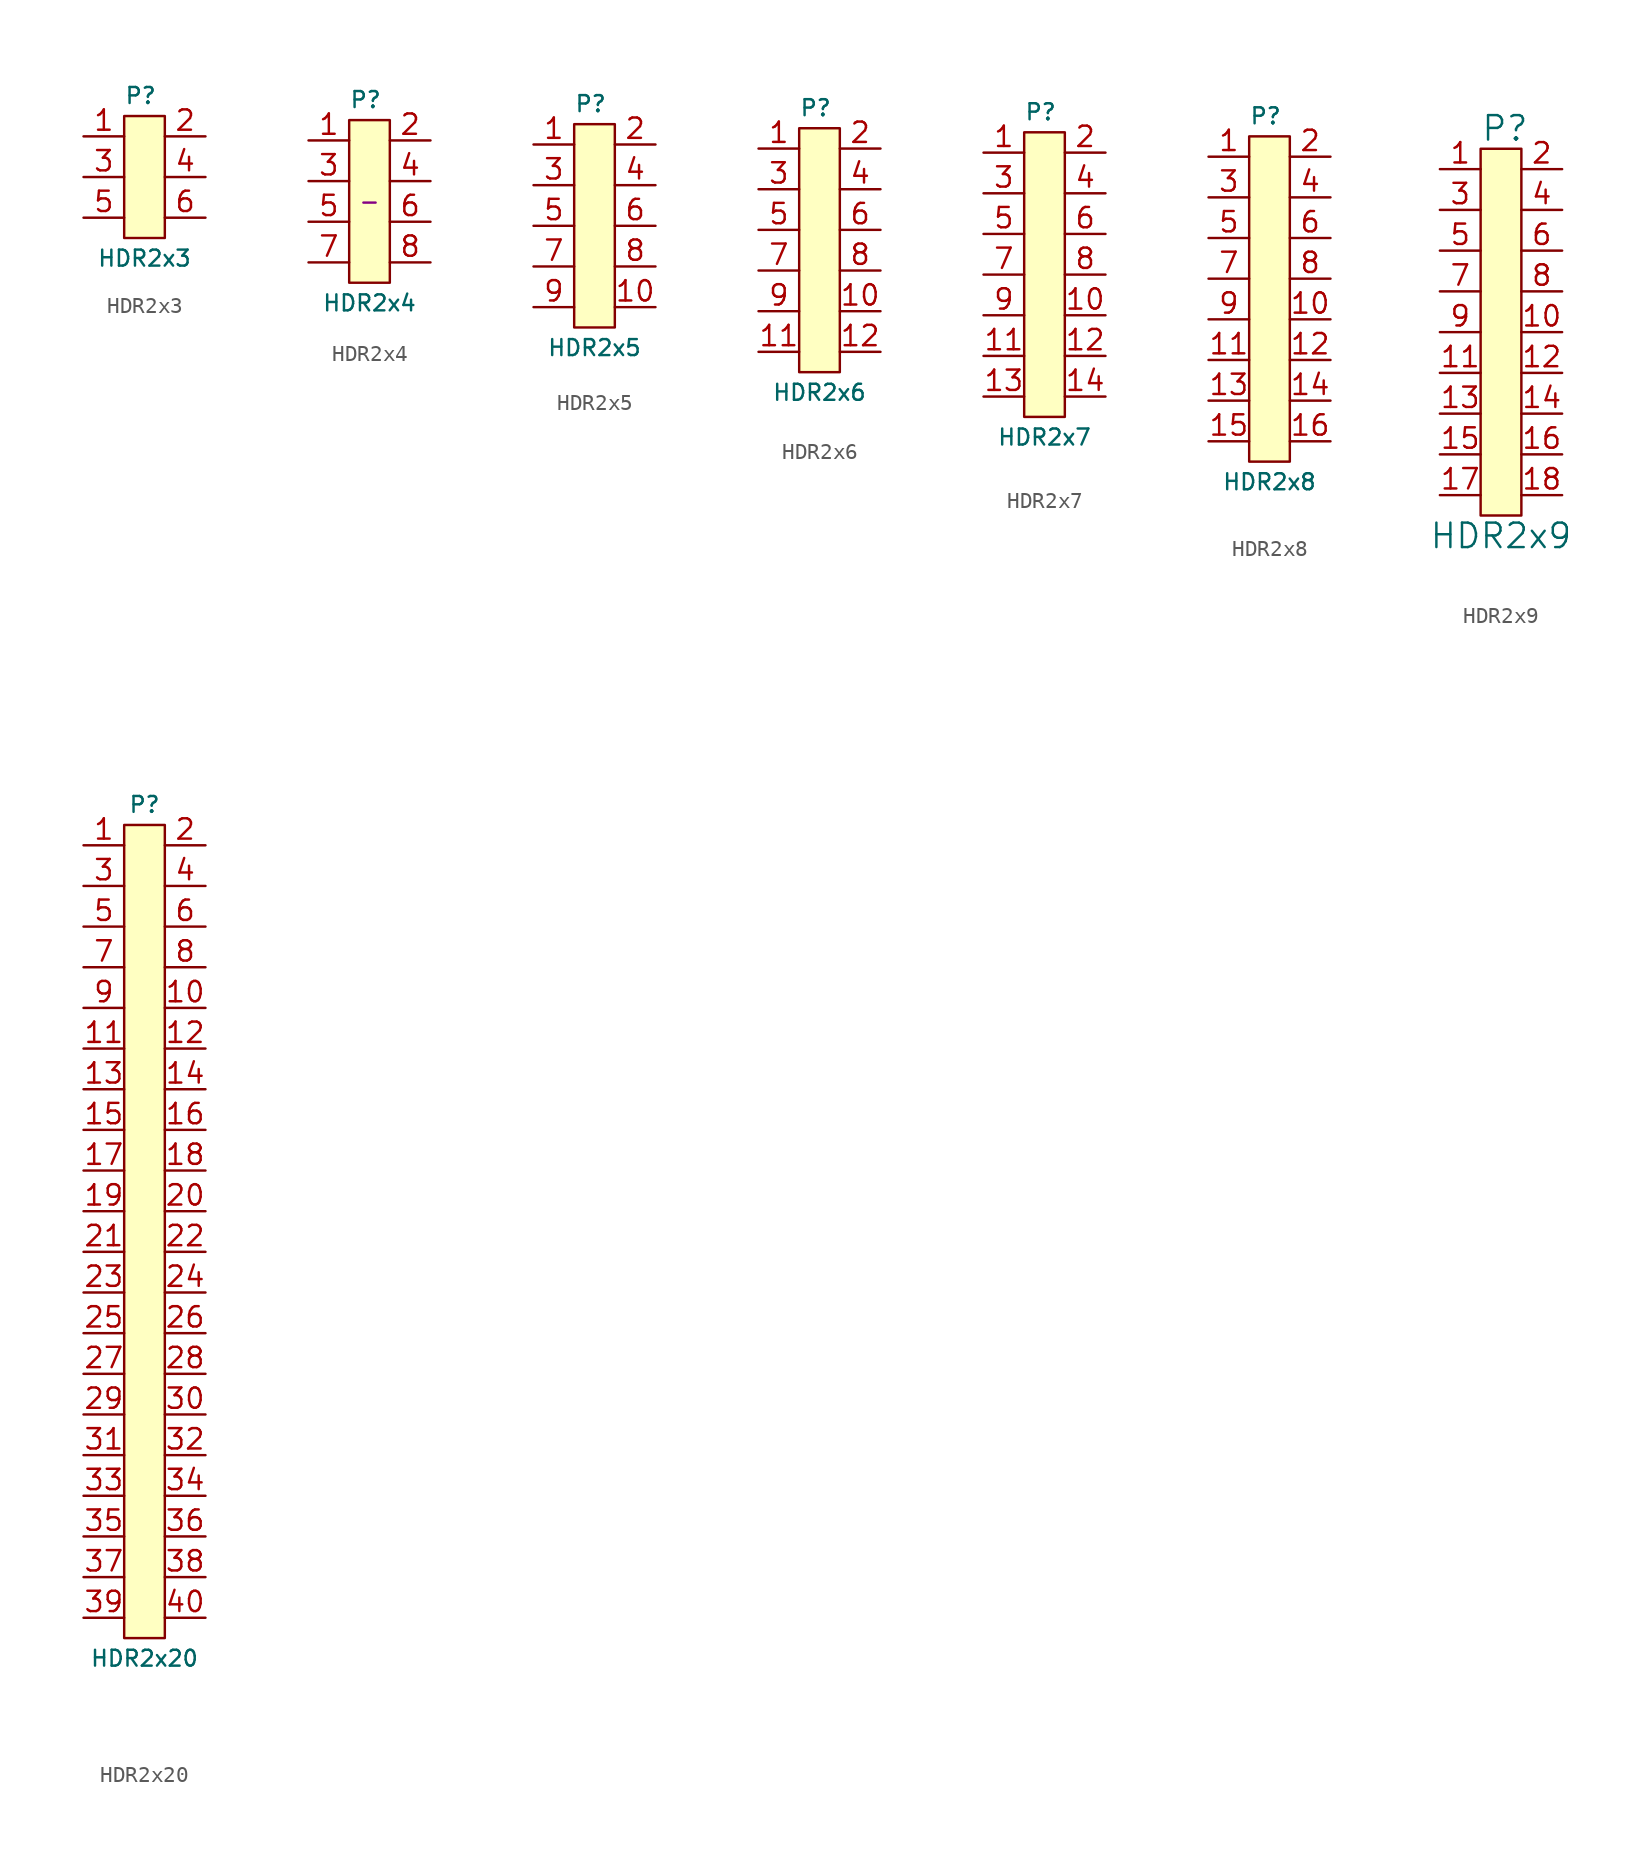
<source format=kicad_sym>
(kicad_symbol_lib
  (version 20231120)
  (generator "kicad_symbol_editor")
  (generator_version "8.0")
  (symbol "HDR2x3"
    (property "Reference" "P"
      (at -1.27 5.08 0)
      (effects (font (size 1 1)) (justify left)))
    (property "Value" "HDR2x3"
      (at 0 -5.08 0)
      (effects (font (size 1 1))))
    (symbol "HDR2x3_0_1"
      (rectangle (start -1.27 3.81) (end 1.27 -3.81) (stroke (width 0) (type default)) (fill (type background))))
    (symbol "HDR2x3_1_1"
      (pin passive line (at -3.81 2.54 0) (length 2.54) (name "~" (effects (font (size 1.27 1.27)))) (number "1" (effects (font (size 1.27 1.27)))))
      (pin passive line (at 3.81 2.54 180) (length 2.54) (name "~" (effects (font (size 1.27 1.27)))) (number "2" (effects (font (size 1.27 1.27)))))
      (pin passive line (at -3.81 0 0) (length 2.54) (name "~" (effects (font (size 1.27 1.27)))) (number "3" (effects (font (size 1.27 1.27)))))
      (pin passive line (at 3.81 0 180) (length 2.54) (name "~" (effects (font (size 1.27 1.27)))) (number "4" (effects (font (size 1.27 1.27)))))
      (pin passive line (at -3.81 -2.54 0) (length 2.54) (name "~" (effects (font (size 1.27 1.27)))) (number "5" (effects (font (size 1.27 1.27)))))
      (pin passive line (at 3.81 -2.54 180) (length 2.54) (name "~" (effects (font (size 1.27 1.27)))) (number "6" (effects (font (size 1.27 1.27)))))))
  (symbol "HDR2x4"
    (property "Reference" "P"
      (at -1.27 6.35 0)
      (effects (font (size 1 1)) (justify left)))
    (property "Value" "HDR2x4"
      (at 0 -6.35 0)
      (effects (font (size 1 1))))
    (property "MPN" "-"
      (at 0 0 0)
      (effects (font (size 1 1))))
    (symbol "HDR2x4_0_1"
      (rectangle (start -1.27 5.08) (end 1.27 -5.08) (stroke (width 0) (type default)) (fill (type background))))
    (symbol "HDR2x4_1_1"
      (pin unspecified line (at -3.81 3.81 0) (length 2.54) (name "~" (effects (font (size 1.27 1.27)))) (number "1" (effects (font (size 1.27 1.27)))))
      (pin unspecified line (at 3.81 3.81 180) (length 2.54) (name "~" (effects (font (size 1.27 1.27)))) (number "2" (effects (font (size 1.27 1.27)))))
      (pin unspecified line (at -3.81 1.27 0) (length 2.54) (name "~" (effects (font (size 1.27 1.27)))) (number "3" (effects (font (size 1.27 1.27)))))
      (pin unspecified line (at 3.81 1.27 180) (length 2.54) (name "~" (effects (font (size 1.27 1.27)))) (number "4" (effects (font (size 1.27 1.27)))))
      (pin unspecified line (at -3.81 -1.27 0) (length 2.54) (name "~" (effects (font (size 1.27 1.27)))) (number "5" (effects (font (size 1.27 1.27)))))
      (pin unspecified line (at 3.81 -1.27 180) (length 2.54) (name "~" (effects (font (size 1.27 1.27)))) (number "6" (effects (font (size 1.27 1.27)))))
      (pin unspecified line (at -3.81 -3.81 0) (length 2.54) (name "~" (effects (font (size 1.27 1.27)))) (number "7" (effects (font (size 1.27 1.27)))))
      (pin unspecified line (at 3.81 -3.81 180) (length 2.54) (name "~" (effects (font (size 1.27 1.27)))) (number "8" (effects (font (size 1.27 1.27)))))))
  (symbol "HDR2x5"
    (property "Reference" "P"
      (at -1.27 7.62 0)
      (effects (font (size 1 1)) (justify left)))
    (property "Value" "HDR2x5"
      (at 0 -7.62 0)
      (effects (font (size 1 1))))
    (symbol "HDR2x5_0_1"
      (rectangle (start -1.27 6.35) (end 1.27 -6.35) (stroke (width 0) (type default)) (fill (type background))))
    (symbol "HDR2x5_1_1"
      (pin unspecified line (at -3.81 5.08 0) (length 2.54) (name "~" (effects (font (size 1.27 1.27)))) (number "1" (effects (font (size 1.27 1.27)))))
      (pin unspecified line (at 3.81 -5.08 180) (length 2.54) (name "~" (effects (font (size 1.27 1.27)))) (number "10" (effects (font (size 1.27 1.27)))))
      (pin unspecified line (at 3.81 5.08 180) (length 2.54) (name "~" (effects (font (size 1.27 1.27)))) (number "2" (effects (font (size 1.27 1.27)))))
      (pin unspecified line (at -3.81 2.54 0) (length 2.54) (name "~" (effects (font (size 1.27 1.27)))) (number "3" (effects (font (size 1.27 1.27)))))
      (pin unspecified line (at 3.81 2.54 180) (length 2.54) (name "~" (effects (font (size 1.27 1.27)))) (number "4" (effects (font (size 1.27 1.27)))))
      (pin unspecified line (at -3.81 0 0) (length 2.54) (name "~" (effects (font (size 1.27 1.27)))) (number "5" (effects (font (size 1.27 1.27)))))
      (pin unspecified line (at 3.81 0 180) (length 2.54) (name "~" (effects (font (size 1.27 1.27)))) (number "6" (effects (font (size 1.27 1.27)))))
      (pin unspecified line (at -3.81 -2.54 0) (length 2.54) (name "~" (effects (font (size 1.27 1.27)))) (number "7" (effects (font (size 1.27 1.27)))))
      (pin unspecified line (at 3.81 -2.54 180) (length 2.54) (name "~" (effects (font (size 1.27 1.27)))) (number "8" (effects (font (size 1.27 1.27)))))
      (pin unspecified line (at -3.81 -5.08 0) (length 2.54) (name "~" (effects (font (size 1.27 1.27)))) (number "9" (effects (font (size 1.27 1.27)))))))
  (symbol "HDR2x6"
    (property "Reference" "P"
      (at -1.27 8.89 0)
      (effects (font (size 1 1)) (justify left)))
    (property "Value" "HDR2x6"
      (at 0 -8.89 0)
      (effects (font (size 1 1))))
    (symbol "HDR2x6_0_1"
      (rectangle (start -1.27 7.62) (end 1.27 -7.62) (stroke (width 0) (type default)) (fill (type background))))
    (symbol "HDR2x6_1_1"
      (pin unspecified line (at -3.81 6.35 0) (length 2.54) (name "~" (effects (font (size 1.27 1.27)))) (number "1" (effects (font (size 1.27 1.27)))))
      (pin unspecified line (at 3.81 -3.81 180) (length 2.54) (name "~" (effects (font (size 1.27 1.27)))) (number "10" (effects (font (size 1.27 1.27)))))
      (pin unspecified line (at -3.81 -6.35 0) (length 2.54) (name "~" (effects (font (size 1.27 1.27)))) (number "11" (effects (font (size 1.27 1.27)))))
      (pin unspecified line (at 3.81 -6.35 180) (length 2.54) (name "~" (effects (font (size 1.27 1.27)))) (number "12" (effects (font (size 1.27 1.27)))))
      (pin unspecified line (at 3.81 6.35 180) (length 2.54) (name "~" (effects (font (size 1.27 1.27)))) (number "2" (effects (font (size 1.27 1.27)))))
      (pin unspecified line (at -3.81 3.81 0) (length 2.54) (name "~" (effects (font (size 1.27 1.27)))) (number "3" (effects (font (size 1.27 1.27)))))
      (pin unspecified line (at 3.81 3.81 180) (length 2.54) (name "~" (effects (font (size 1.27 1.27)))) (number "4" (effects (font (size 1.27 1.27)))))
      (pin unspecified line (at -3.81 1.27 0) (length 2.54) (name "~" (effects (font (size 1.27 1.27)))) (number "5" (effects (font (size 1.27 1.27)))))
      (pin unspecified line (at 3.81 1.27 180) (length 2.54) (name "~" (effects (font (size 1.27 1.27)))) (number "6" (effects (font (size 1.27 1.27)))))
      (pin unspecified line (at -3.81 -1.27 0) (length 2.54) (name "~" (effects (font (size 1.27 1.27)))) (number "7" (effects (font (size 1.27 1.27)))))
      (pin unspecified line (at 3.81 -1.27 180) (length 2.54) (name "~" (effects (font (size 1.27 1.27)))) (number "8" (effects (font (size 1.27 1.27)))))
      (pin unspecified line (at -3.81 -3.81 0) (length 2.54) (name "~" (effects (font (size 1.27 1.27)))) (number "9" (effects (font (size 1.27 1.27)))))))
  (symbol "HDR2x7"
    (property "Reference" "P"
      (at -1.27 10.16 0)
      (effects (font (size 1 1)) (justify left)))
    (property "Value" "HDR2x7"
      (at 0 -10.16 0)
      (effects (font (size 1 1))))
    (symbol "HDR2x7_0_1"
      (rectangle (start -1.27 8.89) (end 1.27 -8.89) (stroke (width 0) (type default)) (fill (type background))))
    (symbol "HDR2x7_1_1"
      (pin unspecified line (at -3.81 7.62 0) (length 2.54) (name "~" (effects (font (size 1.27 1.27)))) (number "1" (effects (font (size 1.27 1.27)))))
      (pin unspecified line (at 3.81 -2.54 180) (length 2.54) (name "~" (effects (font (size 1.27 1.27)))) (number "10" (effects (font (size 1.27 1.27)))))
      (pin unspecified line (at -3.81 -5.08 0) (length 2.54) (name "~" (effects (font (size 1.27 1.27)))) (number "11" (effects (font (size 1.27 1.27)))))
      (pin unspecified line (at 3.81 -5.08 180) (length 2.54) (name "~" (effects (font (size 1.27 1.27)))) (number "12" (effects (font (size 1.27 1.27)))))
      (pin unspecified line (at -3.81 -7.62 0) (length 2.54) (name "~" (effects (font (size 1.27 1.27)))) (number "13" (effects (font (size 1.27 1.27)))))
      (pin unspecified line (at 3.81 -7.62 180) (length 2.54) (name "~" (effects (font (size 1.27 1.27)))) (number "14" (effects (font (size 1.27 1.27)))))
      (pin unspecified line (at 3.81 7.62 180) (length 2.54) (name "~" (effects (font (size 1.27 1.27)))) (number "2" (effects (font (size 1.27 1.27)))))
      (pin unspecified line (at -3.81 5.08 0) (length 2.54) (name "~" (effects (font (size 1.27 1.27)))) (number "3" (effects (font (size 1.27 1.27)))))
      (pin unspecified line (at 3.81 5.08 180) (length 2.54) (name "~" (effects (font (size 1.27 1.27)))) (number "4" (effects (font (size 1.27 1.27)))))
      (pin unspecified line (at -3.81 2.54 0) (length 2.54) (name "~" (effects (font (size 1.27 1.27)))) (number "5" (effects (font (size 1.27 1.27)))))
      (pin unspecified line (at 3.81 2.54 180) (length 2.54) (name "~" (effects (font (size 1.27 1.27)))) (number "6" (effects (font (size 1.27 1.27)))))
      (pin unspecified line (at -3.81 0 0) (length 2.54) (name "~" (effects (font (size 1.27 1.27)))) (number "7" (effects (font (size 1.27 1.27)))))
      (pin unspecified line (at 3.81 0 180) (length 2.54) (name "~" (effects (font (size 1.27 1.27)))) (number "8" (effects (font (size 1.27 1.27)))))
      (pin unspecified line (at -3.81 -2.54 0) (length 2.54) (name "~" (effects (font (size 1.27 1.27)))) (number "9" (effects (font (size 1.27 1.27)))))))
  (symbol "HDR2x8"
    (property "Reference" "P"
      (at -1.27 11.43 0)
      (effects (font (size 1 1)) (justify left)))
    (property "Value" "HDR2x8"
      (at 0 -11.43 0)
      (effects (font (size 1 1))))
    (symbol "HDR2x8_0_1"
      (rectangle (start -1.27 10.16) (end 1.27 -10.16) (stroke (width 0) (type default)) (fill (type background))))
    (symbol "HDR2x8_1_1"
      (pin passive line (at -3.81 8.89 0) (length 2.54) (name "~" (effects (font (size 1.27 1.27)))) (number "1" (effects (font (size 1.27 1.27)))))
      (pin passive line (at 3.81 -1.27 180) (length 2.54) (name "~" (effects (font (size 1.27 1.27)))) (number "10" (effects (font (size 1.27 1.27)))))
      (pin passive line (at -3.81 -3.81 0) (length 2.54) (name "~" (effects (font (size 1.27 1.27)))) (number "11" (effects (font (size 1.27 1.27)))))
      (pin passive line (at 3.81 -3.81 180) (length 2.54) (name "~" (effects (font (size 1.27 1.27)))) (number "12" (effects (font (size 1.27 1.27)))))
      (pin passive line (at -3.81 -6.35 0) (length 2.54) (name "~" (effects (font (size 1.27 1.27)))) (number "13" (effects (font (size 1.27 1.27)))))
      (pin passive line (at 3.81 -6.35 180) (length 2.54) (name "~" (effects (font (size 1.27 1.27)))) (number "14" (effects (font (size 1.27 1.27)))))
      (pin passive line (at -3.81 -8.89 0) (length 2.54) (name "~" (effects (font (size 1.27 1.27)))) (number "15" (effects (font (size 1.27 1.27)))))
      (pin passive line (at 3.81 -8.89 180) (length 2.54) (name "~" (effects (font (size 1.27 1.27)))) (number "16" (effects (font (size 1.27 1.27)))))
      (pin passive line (at 3.81 8.89 180) (length 2.54) (name "~" (effects (font (size 1.27 1.27)))) (number "2" (effects (font (size 1.27 1.27)))))
      (pin passive line (at -3.81 6.35 0) (length 2.54) (name "~" (effects (font (size 1.27 1.27)))) (number "3" (effects (font (size 1.27 1.27)))))
      (pin passive line (at 3.81 6.35 180) (length 2.54) (name "~" (effects (font (size 1.27 1.27)))) (number "4" (effects (font (size 1.27 1.27)))))
      (pin passive line (at -3.81 3.81 0) (length 2.54) (name "~" (effects (font (size 1.27 1.27)))) (number "5" (effects (font (size 1.27 1.27)))))
      (pin passive line (at 3.81 3.81 180) (length 2.54) (name "~" (effects (font (size 1.27 1.27)))) (number "6" (effects (font (size 1.27 1.27)))))
      (pin passive line (at -3.81 1.27 0) (length 2.54) (name "~" (effects (font (size 1.27 1.27)))) (number "7" (effects (font (size 1.27 1.27)))))
      (pin passive line (at 3.81 1.27 180) (length 2.54) (name "~" (effects (font (size 1.27 1.27)))) (number "8" (effects (font (size 1.27 1.27)))))
      (pin passive line (at -3.81 -1.27 0) (length 2.54) (name "~" (effects (font (size 1.27 1.27)))) (number "9" (effects (font (size 1.27 1.27)))))))
  (symbol "HDR2x9"
    (property "Reference" "P"
      (at -1.27 12.7 0)
      (effects (font (size 1.524 1.524)) (justify left)))
    (property "Value" "HDR2x9"
      (at 0 -12.7 0)
      (effects (font (size 1.524 1.524))))
    (symbol "HDR2x9_0_1"
      (rectangle (start -1.27 11.43) (end 1.27 -11.43) (stroke (width 0) (type default)) (fill (type background))))
    (symbol "HDR2x9_1_1"
      (pin unspecified line (at -3.81 10.16 0) (length 2.54) (name "~" (effects (font (size 1.27 1.27)))) (number "1" (effects (font (size 1.27 1.27)))))
      (pin unspecified line (at 3.81 0 180) (length 2.54) (name "~" (effects (font (size 1.27 1.27)))) (number "10" (effects (font (size 1.27 1.27)))))
      (pin unspecified line (at -3.81 -2.54 0) (length 2.54) (name "~" (effects (font (size 1.27 1.27)))) (number "11" (effects (font (size 1.27 1.27)))))
      (pin unspecified line (at 3.81 -2.54 180) (length 2.54) (name "~" (effects (font (size 1.27 1.27)))) (number "12" (effects (font (size 1.27 1.27)))))
      (pin unspecified line (at -3.81 -5.08 0) (length 2.54) (name "~" (effects (font (size 1.27 1.27)))) (number "13" (effects (font (size 1.27 1.27)))))
      (pin unspecified line (at 3.81 -5.08 180) (length 2.54) (name "~" (effects (font (size 1.27 1.27)))) (number "14" (effects (font (size 1.27 1.27)))))
      (pin unspecified line (at -3.81 -7.62 0) (length 2.54) (name "~" (effects (font (size 1.27 1.27)))) (number "15" (effects (font (size 1.27 1.27)))))
      (pin unspecified line (at 3.81 -7.62 180) (length 2.54) (name "~" (effects (font (size 1.27 1.27)))) (number "16" (effects (font (size 1.27 1.27)))))
      (pin unspecified line (at -3.81 -10.16 0) (length 2.54) (name "~" (effects (font (size 1.27 1.27)))) (number "17" (effects (font (size 1.27 1.27)))))
      (pin unspecified line (at 3.81 -10.16 180) (length 2.54) (name "~" (effects (font (size 1.27 1.27)))) (number "18" (effects (font (size 1.27 1.27)))))
      (pin unspecified line (at 3.81 10.16 180) (length 2.54) (name "~" (effects (font (size 1.27 1.27)))) (number "2" (effects (font (size 1.27 1.27)))))
      (pin unspecified line (at -3.81 7.62 0) (length 2.54) (name "~" (effects (font (size 1.27 1.27)))) (number "3" (effects (font (size 1.27 1.27)))))
      (pin unspecified line (at 3.81 7.62 180) (length 2.54) (name "~" (effects (font (size 1.27 1.27)))) (number "4" (effects (font (size 1.27 1.27)))))
      (pin unspecified line (at -3.81 5.08 0) (length 2.54) (name "~" (effects (font (size 1.27 1.27)))) (number "5" (effects (font (size 1.27 1.27)))))
      (pin unspecified line (at 3.81 5.08 180) (length 2.54) (name "~" (effects (font (size 1.27 1.27)))) (number "6" (effects (font (size 1.27 1.27)))))
      (pin unspecified line (at -3.81 2.54 0) (length 2.54) (name "~" (effects (font (size 1.27 1.27)))) (number "7" (effects (font (size 1.27 1.27)))))
      (pin unspecified line (at 3.81 2.54 180) (length 2.54) (name "~" (effects (font (size 1.27 1.27)))) (number "8" (effects (font (size 1.27 1.27)))))
      (pin unspecified line (at -3.81 0 0) (length 2.54) (name "~" (effects (font (size 1.27 1.27)))) (number "9" (effects (font (size 1.27 1.27)))))))
  (symbol "HDR2x20"
    (property "Reference" "P"
      (at 0 25.4 0)
      (effects (font (size 0.991 0.991))))
    (property "Value" "HDR2x20"
      (at 0 -27.94 0)
      (effects (font (size 0.991 0.991))))
    (symbol "HDR2x20_1_1"
      (rectangle (start -1.27 24.13) (end 1.27 -26.67) (stroke (width 0) (type default)) (fill (type background)))
      (pin passive line (at -3.81 22.86 0) (length 2.54) (name "~" (effects (font (size 1.27 1.27)))) (number "1" (effects (font (size 1.27 1.27)))))
      (pin passive line (at 3.81 12.7 180) (length 2.54) (name "~" (effects (font (size 1.27 1.27)))) (number "10" (effects (font (size 1.27 1.27)))))
      (pin passive line (at -3.81 10.16 0) (length 2.54) (name "~" (effects (font (size 1.27 1.27)))) (number "11" (effects (font (size 1.27 1.27)))))
      (pin passive line (at 3.81 10.16 180) (length 2.54) (name "~" (effects (font (size 1.27 1.27)))) (number "12" (effects (font (size 1.27 1.27)))))
      (pin passive line (at -3.81 7.62 0) (length 2.54) (name "~" (effects (font (size 1.27 1.27)))) (number "13" (effects (font (size 1.27 1.27)))))
      (pin passive line (at 3.81 7.62 180) (length 2.54) (name "~" (effects (font (size 1.27 1.27)))) (number "14" (effects (font (size 1.27 1.27)))))
      (pin passive line (at -3.81 5.08 0) (length 2.54) (name "~" (effects (font (size 1.27 1.27)))) (number "15" (effects (font (size 1.27 1.27)))))
      (pin passive line (at 3.81 5.08 180) (length 2.54) (name "~" (effects (font (size 1.27 1.27)))) (number "16" (effects (font (size 1.27 1.27)))))
      (pin passive line (at -3.81 2.54 0) (length 2.54) (name "~" (effects (font (size 1.27 1.27)))) (number "17" (effects (font (size 1.27 1.27)))))
      (pin passive line (at 3.81 2.54 180) (length 2.54) (name "~" (effects (font (size 1.27 1.27)))) (number "18" (effects (font (size 1.27 1.27)))))
      (pin passive line (at -3.81 0 0) (length 2.54) (name "~" (effects (font (size 1.27 1.27)))) (number "19" (effects (font (size 1.27 1.27)))))
      (pin passive line (at 3.81 22.86 180) (length 2.54) (name "~" (effects (font (size 1.27 1.27)))) (number "2" (effects (font (size 1.27 1.27)))))
      (pin passive line (at 3.81 0 180) (length 2.54) (name "~" (effects (font (size 1.27 1.27)))) (number "20" (effects (font (size 1.27 1.27)))))
      (pin passive line (at -3.81 -2.54 0) (length 2.54) (name "~" (effects (font (size 1.27 1.27)))) (number "21" (effects (font (size 1.27 1.27)))))
      (pin passive line (at 3.81 -2.54 180) (length 2.54) (name "~" (effects (font (size 1.27 1.27)))) (number "22" (effects (font (size 1.27 1.27)))))
      (pin passive line (at -3.81 -5.08 0) (length 2.54) (name "~" (effects (font (size 1.27 1.27)))) (number "23" (effects (font (size 1.27 1.27)))))
      (pin passive line (at 3.81 -5.08 180) (length 2.54) (name "~" (effects (font (size 1.27 1.27)))) (number "24" (effects (font (size 1.27 1.27)))))
      (pin passive line (at -3.81 -7.62 0) (length 2.54) (name "~" (effects (font (size 1.27 1.27)))) (number "25" (effects (font (size 1.27 1.27)))))
      (pin passive line (at 3.81 -7.62 180) (length 2.54) (name "~" (effects (font (size 1.27 1.27)))) (number "26" (effects (font (size 1.27 1.27)))))
      (pin passive line (at -3.81 -10.16 0) (length 2.54) (name "~" (effects (font (size 1.27 1.27)))) (number "27" (effects (font (size 1.27 1.27)))))
      (pin passive line (at 3.81 -10.16 180) (length 2.54) (name "~" (effects (font (size 1.27 1.27)))) (number "28" (effects (font (size 1.27 1.27)))))
      (pin passive line (at -3.81 -12.7 0) (length 2.54) (name "~" (effects (font (size 1.27 1.27)))) (number "29" (effects (font (size 1.27 1.27)))))
      (pin passive line (at -3.81 20.32 0) (length 2.54) (name "~" (effects (font (size 1.27 1.27)))) (number "3" (effects (font (size 1.27 1.27)))))
      (pin passive line (at 3.81 -12.7 180) (length 2.54) (name "~" (effects (font (size 1.27 1.27)))) (number "30" (effects (font (size 1.27 1.27)))))
      (pin passive line (at -3.81 -15.24 0) (length 2.54) (name "~" (effects (font (size 1.27 1.27)))) (number "31" (effects (font (size 1.27 1.27)))))
      (pin passive line (at 3.81 -15.24 180) (length 2.54) (name "~" (effects (font (size 1.27 1.27)))) (number "32" (effects (font (size 1.27 1.27)))))
      (pin passive line (at -3.81 -17.78 0) (length 2.54) (name "~" (effects (font (size 1.27 1.27)))) (number "33" (effects (font (size 1.27 1.27)))))
      (pin passive line (at 3.81 -17.78 180) (length 2.54) (name "~" (effects (font (size 1.27 1.27)))) (number "34" (effects (font (size 1.27 1.27)))))
      (pin passive line (at -3.81 -20.32 0) (length 2.54) (name "~" (effects (font (size 1.27 1.27)))) (number "35" (effects (font (size 1.27 1.27)))))
      (pin passive line (at 3.81 -20.32 180) (length 2.54) (name "~" (effects (font (size 1.27 1.27)))) (number "36" (effects (font (size 1.27 1.27)))))
      (pin passive line (at -3.81 -22.86 0) (length 2.54) (name "~" (effects (font (size 1.27 1.27)))) (number "37" (effects (font (size 1.27 1.27)))))
      (pin passive line (at 3.81 -22.86 180) (length 2.54) (name "~" (effects (font (size 1.27 1.27)))) (number "38" (effects (font (size 1.27 1.27)))))
      (pin passive line (at -3.81 -25.4 0) (length 2.54) (name "~" (effects (font (size 1.27 1.27)))) (number "39" (effects (font (size 1.27 1.27)))))
      (pin passive line (at 3.81 20.32 180) (length 2.54) (name "~" (effects (font (size 1.27 1.27)))) (number "4" (effects (font (size 1.27 1.27)))))
      (pin passive line (at 3.81 -25.4 180) (length 2.54) (name "~" (effects (font (size 1.27 1.27)))) (number "40" (effects (font (size 1.27 1.27)))))
      (pin passive line (at -3.81 17.78 0) (length 2.54) (name "~" (effects (font (size 1.27 1.27)))) (number "5" (effects (font (size 1.27 1.27)))))
      (pin passive line (at 3.81 17.78 180) (length 2.54) (name "~" (effects (font (size 1.27 1.27)))) (number "6" (effects (font (size 1.27 1.27)))))
      (pin passive line (at -3.81 15.24 0) (length 2.54) (name "~" (effects (font (size 1.27 1.27)))) (number "7" (effects (font (size 1.27 1.27)))))
      (pin passive line (at 3.81 15.24 180) (length 2.54) (name "~" (effects (font (size 1.27 1.27)))) (number "8" (effects (font (size 1.27 1.27)))))
      (pin passive line (at -3.81 12.7 0) (length 2.54) (name "~" (effects (font (size 1.27 1.27)))) (number "9" (effects (font (size 1.27 1.27))))))))
</source>
